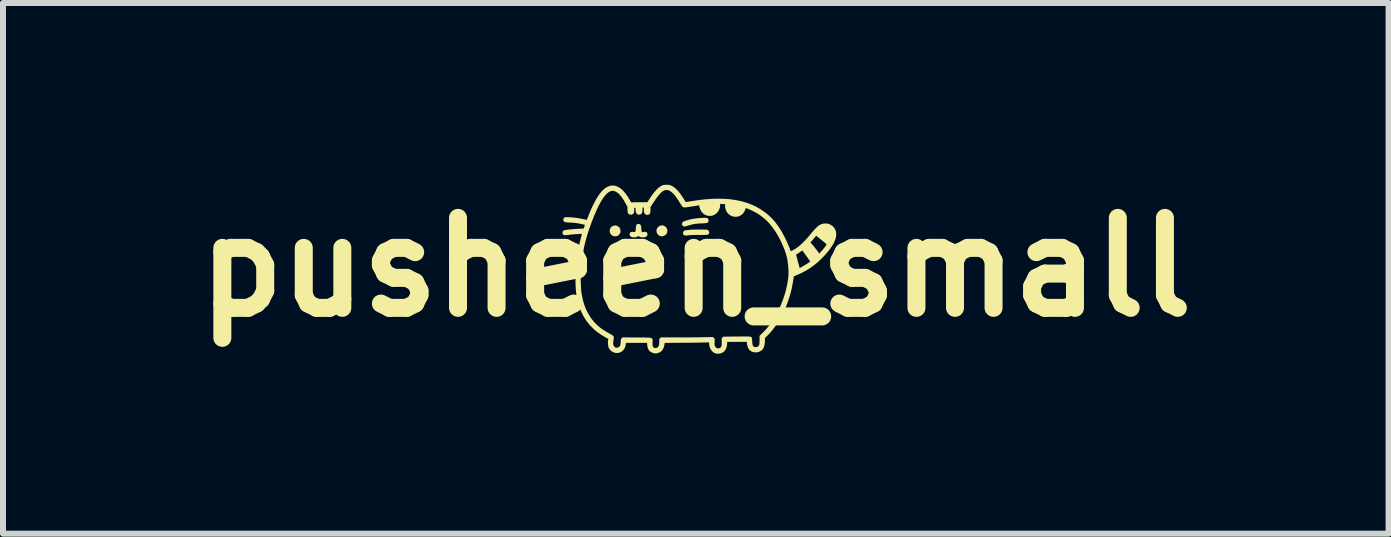
<source format=kicad_pcb>
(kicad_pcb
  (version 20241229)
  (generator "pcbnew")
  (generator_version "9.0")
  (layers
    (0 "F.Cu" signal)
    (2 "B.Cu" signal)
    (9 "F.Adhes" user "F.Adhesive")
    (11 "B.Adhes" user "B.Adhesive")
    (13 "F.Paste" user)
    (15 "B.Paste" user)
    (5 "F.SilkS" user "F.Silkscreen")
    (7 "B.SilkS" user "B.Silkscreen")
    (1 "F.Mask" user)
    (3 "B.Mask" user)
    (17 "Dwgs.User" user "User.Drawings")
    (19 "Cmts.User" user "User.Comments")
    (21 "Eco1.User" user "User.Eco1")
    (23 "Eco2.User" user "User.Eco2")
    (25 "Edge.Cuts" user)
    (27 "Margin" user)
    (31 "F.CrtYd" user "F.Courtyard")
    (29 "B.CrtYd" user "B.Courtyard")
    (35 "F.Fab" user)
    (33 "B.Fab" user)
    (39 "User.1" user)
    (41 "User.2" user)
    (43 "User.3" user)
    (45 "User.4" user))
  (footprint "pusheen_small"
    (layer "F.Cu")
    (at 8.55 1.404)
    (property "Reference" "pusheen_small" (at 0 0 0) (layer "F.SilkS") (effects (font (size 1.5 1.5) (thickness 0.3))))
    (attr board_only exclude_from_pos_files exclude_from_bom)
    (fp_poly (pts (xy -0.534 -0.692) (xy -0.509 -0.677) (xy -0.496 -0.665) (xy -0.481 -0.641) (xy -0.474 -0.616) (xy -0.475 -0.591) (xy -0.482 -0.567) (xy -0.495 -0.546) (xy -0.515 -0.53) (xy -0.539 -0.519) (xy -0.559 -0.515) (xy -0.579 -0.515) (xy -0.595 -0.519) (xy -0.606 -0.524) (xy -0.628 -0.54) (xy -0.645 -0.562) (xy -0.654 -0.587) (xy -0.656 -0.614) (xy -0.653 -0.631) (xy -0.643 -0.651) (xy -0.627 -0.67) (xy -0.608 -0.685) (xy -0.589 -0.694) (xy -0.561 -0.697)) (stroke (width 0) (type solid)) (fill yes) (layer "F.SilkS"))
    (fp_poly (pts (xy -1.312 -0.689) (xy -1.29 -0.677) (xy -1.272 -0.659) (xy -1.265 -0.647) (xy -1.257 -0.624) (xy -1.255 -0.598) (xy -1.258 -0.574) (xy -1.26 -0.571) (xy -1.269 -0.555) (xy -1.284 -0.538) (xy -1.3 -0.525) (xy -1.309 -0.52) (xy -1.328 -0.515) (xy -1.351 -0.514) (xy -1.372 -0.517) (xy -1.382 -0.521) (xy -1.398 -0.531) (xy -1.413 -0.546) (xy -1.426 -0.562) (xy -1.43 -0.571) (xy -1.435 -0.595) (xy -1.434 -0.622) (xy -1.426 -0.646) (xy -1.424 -0.651) (xy -1.407 -0.672) (xy -1.385 -0.686) (xy -1.361 -0.694) (xy -1.336 -0.695)) (stroke (width 0) (type solid)) (fill yes) (layer "F.SilkS"))
    (fp_poly (pts (xy 0.098 -0.627) (xy 0.128 -0.627) (xy 0.151 -0.626) (xy 0.168 -0.626) (xy 0.181 -0.625) (xy 0.189 -0.623) (xy 0.195 -0.622) (xy 0.2 -0.619) (xy 0.203 -0.617) (xy 0.218 -0.602) (xy 0.224 -0.585) (xy 0.222 -0.567) (xy 0.219 -0.559) (xy 0.216 -0.552) (xy 0.211 -0.547) (xy 0.204 -0.543) (xy 0.193 -0.541) (xy 0.178 -0.539) (xy 0.157 -0.538) (xy 0.129 -0.537) (xy 0.094 -0.537) (xy 0.066 -0.537) (xy 0.008 -0.537) (xy -0.043 -0.536) (xy -0.088 -0.534) (xy -0.124 -0.531) (xy -0.153 -0.528) (xy -0.164 -0.526) (xy -0.175 -0.526) (xy -0.188 -0.53) (xy -0.188 -0.53) (xy -0.204 -0.54) (xy -0.211 -0.556) (xy -0.213 -0.569) (xy -0.21 -0.589) (xy -0.199 -0.603) (xy -0.191 -0.608) (xy -0.176 -0.613) (xy -0.152 -0.618) (xy -0.119 -0.621) (xy -0.079 -0.624) (xy -0.031 -0.626) (xy 0.023 -0.627) (xy 0.059 -0.627)) (stroke (width 0) (type solid)) (fill yes) (layer "F.SilkS"))
    (fp_poly (pts (xy 0.166 -0.822) (xy 0.184 -0.82) (xy 0.196 -0.815) (xy 0.204 -0.808) (xy 0.208 -0.801) (xy 0.212 -0.786) (xy 0.212 -0.769) (xy 0.207 -0.753) (xy 0.206 -0.751) (xy 0.2 -0.745) (xy 0.192 -0.74) (xy 0.18 -0.737) (xy 0.163 -0.734) (xy 0.141 -0.732) (xy 0.11 -0.73) (xy 0.09 -0.73) (xy 0.04 -0.727) (xy -0.005 -0.722) (xy -0.048 -0.715) (xy -0.091 -0.704) (xy -0.131 -0.692) (xy -0.156 -0.685) (xy -0.173 -0.68) (xy -0.185 -0.677) (xy -0.193 -0.677) (xy -0.2 -0.678) (xy -0.206 -0.682) (xy -0.208 -0.682) (xy -0.222 -0.695) (xy -0.23 -0.711) (xy -0.23 -0.729) (xy -0.223 -0.746) (xy -0.222 -0.747) (xy -0.216 -0.753) (xy -0.206 -0.76) (xy -0.192 -0.766) (xy -0.172 -0.773) (xy -0.146 -0.781) (xy -0.116 -0.79) (xy -0.066 -0.802) (xy -0.012 -0.811) (xy 0.047 -0.818) (xy 0.112 -0.822) (xy 0.143 -0.823)) (stroke (width 0) (type solid)) (fill yes) (layer "F.SilkS"))
    (fp_poly (pts (xy -0.944 -0.719) (xy -0.93 -0.714) (xy -0.921 -0.704) (xy -0.914 -0.69) (xy -0.91 -0.669) (xy -0.908 -0.641) (xy -0.906 -0.615) (xy -0.902 -0.597) (xy -0.897 -0.587) (xy -0.888 -0.583) (xy -0.876 -0.584) (xy -0.862 -0.589) (xy -0.843 -0.59) (xy -0.826 -0.584) (xy -0.812 -0.572) (xy -0.806 -0.557) (xy -0.806 -0.539) (xy -0.812 -0.522) (xy -0.817 -0.516) (xy -0.833 -0.506) (xy -0.855 -0.499) (xy -0.881 -0.496) (xy -0.906 -0.498) (xy -0.929 -0.504) (xy -0.938 -0.509) (xy -0.954 -0.518) (xy -0.974 -0.508) (xy -0.993 -0.501) (xy -1.017 -0.497) (xy -1.042 -0.497) (xy -1.063 -0.5) (xy -1.068 -0.501) (xy -1.088 -0.513) (xy -1.1 -0.528) (xy -1.104 -0.546) (xy -1.1 -0.566) (xy -1.09 -0.58) (xy -1.073 -0.588) (xy -1.051 -0.589) (xy -1.035 -0.586) (xy -1.019 -0.586) (xy -1.012 -0.59) (xy -1.007 -0.594) (xy -1.004 -0.601) (xy -1.002 -0.613) (xy -1.001 -0.63) (xy -1 -0.644) (xy -0.999 -0.665) (xy -0.996 -0.684) (xy -0.994 -0.697) (xy -0.992 -0.702) (xy -0.981 -0.713) (xy -0.965 -0.72) (xy -0.947 -0.72)) (stroke (width 0) (type solid)) (fill yes) (layer "F.SilkS"))
    (fp_poly (pts (xy -0.465 -1.373) (xy -0.449 -1.372) (xy -0.437 -1.37) (xy -0.425 -1.366) (xy -0.411 -1.36) (xy -0.402 -1.356) (xy -0.375 -1.34) (xy -0.348 -1.321) (xy -0.321 -1.297) (xy -0.294 -1.268) (xy -0.266 -1.233) (xy -0.236 -1.191) (xy -0.203 -1.141) (xy -0.187 -1.115) (xy -0.168 -1.085) (xy -0.074 -1.1) (xy 0.047 -1.118) (xy 0.16 -1.131) (xy 0.267 -1.139) (xy 0.368 -1.142) (xy 0.464 -1.14) (xy 0.556 -1.134) (xy 0.645 -1.122) (xy 0.73 -1.106) (xy 0.764 -1.098) (xy 0.851 -1.073) (xy 0.931 -1.043) (xy 1.007 -1.008) (xy 1.08 -0.965) (xy 1.152 -0.915) (xy 1.155 -0.913) (xy 1.215 -0.865) (xy 1.27 -0.812) (xy 1.322 -0.753) (xy 1.371 -0.688) (xy 1.419 -0.615) (xy 1.451 -0.559) (xy 1.473 -0.518) (xy 1.496 -0.472) (xy 1.519 -0.423) (xy 1.54 -0.374) (xy 1.559 -0.329) (xy 1.565 -0.313) (xy 1.572 -0.294) (xy 1.577 -0.28) (xy 1.581 -0.271) (xy 1.582 -0.269) (xy 1.587 -0.269) (xy 1.598 -0.273) (xy 1.614 -0.281) (xy 1.633 -0.29) (xy 1.652 -0.301) (xy 1.657 -0.304) (xy 1.696 -0.331) (xy 1.736 -0.363) (xy 1.778 -0.401) (xy 1.787 -0.411) (xy 1.911 -0.411) (xy 1.927 -0.394) (xy 1.939 -0.381) (xy 1.955 -0.362) (xy 1.973 -0.34) (xy 1.992 -0.316) (xy 2.01 -0.293) (xy 2.026 -0.273) (xy 2.038 -0.256) (xy 2.042 -0.25) (xy 2.05 -0.238) (xy 2.056 -0.229) (xy 2.058 -0.227) (xy 2.062 -0.23) (xy 2.07 -0.239) (xy 2.082 -0.252) (xy 2.096 -0.269) (xy 2.099 -0.272) (xy 2.127 -0.304) (xy 2.149 -0.331) (xy 2.165 -0.353) (xy 2.175 -0.369) (xy 2.179 -0.38) (xy 2.179 -0.382) (xy 2.175 -0.387) (xy 2.164 -0.396) (xy 2.149 -0.41) (xy 2.129 -0.426) (xy 2.106 -0.445) (xy 2.092 -0.456) (xy 2.007 -0.524) (xy 1.996 -0.51) (xy 1.988 -0.501) (xy 1.976 -0.487) (xy 1.962 -0.47) (xy 1.948 -0.454) (xy 1.911 -0.411) (xy 1.787 -0.411) (xy 1.822 -0.446) (xy 1.869 -0.498) (xy 1.92 -0.558) (xy 1.92 -0.559) (xy 1.955 -0.6) (xy 1.985 -0.633) (xy 2.012 -0.661) (xy 2.036 -0.683) (xy 2.059 -0.699) (xy 2.081 -0.712) (xy 2.103 -0.72) (xy 2.127 -0.726) (xy 2.133 -0.727) (xy 2.173 -0.729) (xy 2.212 -0.722) (xy 2.247 -0.708) (xy 2.279 -0.687) (xy 2.305 -0.659) (xy 2.325 -0.626) (xy 2.336 -0.596) (xy 2.342 -0.557) (xy 2.339 -0.515) (xy 2.328 -0.469) (xy 2.309 -0.42) (xy 2.282 -0.369) (xy 2.246 -0.315) (xy 2.203 -0.259) (xy 2.152 -0.2) (xy 2.109 -0.155) (xy 2.054 -0.102) (xy 2.002 -0.056) (xy 1.948 -0.015) (xy 1.892 0.024) (xy 1.831 0.061) (xy 1.809 0.073) (xy 1.79 0.083) (xy 1.768 0.094) (xy 1.743 0.106) (xy 1.718 0.117) (xy 1.693 0.128) (xy 1.672 0.137) (xy 1.654 0.144) (xy 1.643 0.148) (xy 1.64 0.148) (xy 1.636 0.152) (xy 1.633 0.162) (xy 1.633 0.163) (xy 1.622 0.236) (xy 1.61 0.301) (xy 1.598 0.361) (xy 1.584 0.418) (xy 1.568 0.475) (xy 1.55 0.533) (xy 1.549 0.535) (xy 1.516 0.627) (xy 1.478 0.716) (xy 1.435 0.803) (xy 1.39 0.885) (xy 1.341 0.962) (xy 1.291 1.032) (xy 1.238 1.096) (xy 1.186 1.149) (xy 1.153 1.18) (xy 1.153 1.223) (xy 1.15 1.273) (xy 1.142 1.315) (xy 1.128 1.349) (xy 1.109 1.377) (xy 1.091 1.392) (xy 1.059 1.409) (xy 1.026 1.419) (xy 0.992 1.421) (xy 0.959 1.417) (xy 0.928 1.405) (xy 0.902 1.387) (xy 0.886 1.37) (xy 0.873 1.347) (xy 0.862 1.318) (xy 0.855 1.287) (xy 0.853 1.275) (xy 0.851 1.245) (xy 0.688 1.245) (xy 0.525 1.245) (xy 0.522 1.284) (xy 0.515 1.327) (xy 0.502 1.363) (xy 0.483 1.394) (xy 0.457 1.417) (xy 0.437 1.429) (xy 0.41 1.438) (xy 0.379 1.443) (xy 0.349 1.442) (xy 0.337 1.44) (xy 0.314 1.432) (xy 0.294 1.421) (xy 0.274 1.403) (xy 0.252 1.376) (xy 0.236 1.343) (xy 0.225 1.306) (xy 0.222 1.272) (xy 0.222 1.254) (xy 0.103 1.257) (xy 0.074 1.257) (xy 0.038 1.258) (xy -0.005 1.258) (xy -0.053 1.259) (xy -0.104 1.26) (xy -0.157 1.26) (xy -0.21 1.26) (xy -0.263 1.261) (xy -0.267 1.261) (xy -0.518 1.262) (xy -0.521 1.283) (xy -0.53 1.326) (xy -0.545 1.362) (xy -0.565 1.391) (xy -0.592 1.414) (xy -0.624 1.429) (xy -0.649 1.436) (xy -0.667 1.438) (xy -0.683 1.438) (xy -0.703 1.434) (xy -0.737 1.421) (xy -0.765 1.404) (xy -0.785 1.38) (xy -0.8 1.35) (xy -0.808 1.314) (xy -0.809 1.299) (xy -0.813 1.262) (xy -0.988 1.262) (xy -1.164 1.262) (xy -1.168 1.292) (xy -1.176 1.328) (xy -1.191 1.36) (xy -1.211 1.386) (xy -1.236 1.407) (xy -1.264 1.422) (xy -1.295 1.43) (xy -1.326 1.431) (xy -1.358 1.425) (xy -1.389 1.411) (xy -1.418 1.39) (xy -1.427 1.38) (xy -1.447 1.354) (xy -1.457 1.329) (xy -1.461 1.308) (xy -1.464 1.281) (xy -1.465 1.253) (xy -1.464 1.227) (xy -1.462 1.213) (xy -1.458 1.197) (xy -1.492 1.178) (xy -1.575 1.129) (xy -1.651 1.076) (xy -1.718 1.017) (xy -1.779 0.953) (xy -1.832 0.884) (xy -1.877 0.809) (xy -1.916 0.728) (xy -1.948 0.641) (xy -1.958 0.608) (xy -1.974 0.546) (xy -1.987 0.484) (xy -1.996 0.42) (xy -2.002 0.352) (xy -2.005 0.278) (xy -2.006 0.232) (xy -1.918 0.232) (xy -1.916 0.294) (xy -1.913 0.352) (xy -1.909 0.404) (xy -1.905 0.434) (xy -1.887 0.528) (xy -1.863 0.617) (xy -1.831 0.701) (xy -1.792 0.778) (xy -1.747 0.849) (xy -1.695 0.915) (xy -1.636 0.974) (xy -1.631 0.978) (xy -1.595 1.008) (xy -1.554 1.037) (xy -1.509 1.066) (xy -1.457 1.096) (xy -1.451 1.099) (xy -1.422 1.116) (xy -1.4 1.129) (xy -1.384 1.14) (xy -1.374 1.151) (xy -1.368 1.162) (xy -1.367 1.176) (xy -1.368 1.193) (xy -1.372 1.215) (xy -1.373 1.222) (xy -1.377 1.254) (xy -1.378 1.279) (xy -1.374 1.299) (xy -1.365 1.316) (xy -1.357 1.325) (xy -1.345 1.336) (xy -1.334 1.341) (xy -1.321 1.343) (xy -1.319 1.343) (xy -1.296 1.339) (xy -1.277 1.328) (xy -1.263 1.312) (xy -1.261 1.308) (xy -1.258 1.297) (xy -1.255 1.279) (xy -1.253 1.258) (xy -1.252 1.245) (xy -1.25 1.223) (xy -1.248 1.208) (xy -1.246 1.198) (xy -1.242 1.191) (xy -1.236 1.184) (xy -1.236 1.184) (xy -1.223 1.171) (xy -1.004 1.172) (xy -0.959 1.172) (xy -0.916 1.172) (xy -0.876 1.172) (xy -0.841 1.173) (xy -0.811 1.174) (xy -0.787 1.174) (xy -0.77 1.175) (xy -0.762 1.176) (xy -0.742 1.181) (xy -0.729 1.191) (xy -0.728 1.192) (xy -0.724 1.198) (xy -0.721 1.204) (xy -0.719 1.213) (xy -0.719 1.226) (xy -0.72 1.246) (xy -0.721 1.252) (xy -0.721 1.285) (xy -0.719 1.311) (xy -0.712 1.329) (xy -0.701 1.341) (xy -0.686 1.347) (xy -0.671 1.349) (xy -0.65 1.345) (xy -0.634 1.334) (xy -0.62 1.314) (xy -0.62 1.314) (xy -0.615 1.303) (xy -0.612 1.291) (xy -0.61 1.275) (xy -0.61 1.254) (xy -0.609 1.244) (xy -0.609 1.222) (xy -0.608 1.207) (xy -0.607 1.197) (xy -0.604 1.191) (xy -0.599 1.186) (xy -0.596 1.183) (xy -0.583 1.171) (xy -0.311 1.171) (xy -0.255 1.171) (xy -0.197 1.171) (xy -0.138 1.171) (xy -0.08 1.171) (xy -0.024 1.17) (xy 0.028 1.17) (xy 0.075 1.169) (xy 0.114 1.168) (xy 0.123 1.168) (xy 0.286 1.165) (xy 0.301 1.18) (xy 0.315 1.194) (xy 0.314 1.249) (xy 0.313 1.273) (xy 0.314 1.29) (xy 0.315 1.303) (xy 0.318 1.313) (xy 0.322 1.322) (xy 0.336 1.34) (xy 0.354 1.351) (xy 0.375 1.355) (xy 0.396 1.35) (xy 0.406 1.345) (xy 0.416 1.337) (xy 0.423 1.327) (xy 0.428 1.313) (xy 0.431 1.295) (xy 0.432 1.27) (xy 0.432 1.246) (xy 0.432 1.221) (xy 0.432 1.204) (xy 0.432 1.192) (xy 0.434 1.184) (xy 0.437 1.179) (xy 0.442 1.173) (xy 0.444 1.172) (xy 0.456 1.159) (xy 0.678 1.156) (xy 0.732 1.156) (xy 0.778 1.155) (xy 0.816 1.155) (xy 0.846 1.155) (xy 0.871 1.156) (xy 0.89 1.157) (xy 0.904 1.158) (xy 0.915 1.161) (xy 0.922 1.163) (xy 0.927 1.167) (xy 0.931 1.172) (xy 0.933 1.177) (xy 0.935 1.18) (xy 0.937 1.19) (xy 0.939 1.206) (xy 0.94 1.226) (xy 0.941 1.241) (xy 0.943 1.274) (xy 0.948 1.298) (xy 0.956 1.316) (xy 0.968 1.327) (xy 0.983 1.332) (xy 0.998 1.333) (xy 1.022 1.33) (xy 1.041 1.319) (xy 1.054 1.302) (xy 1.058 1.294) (xy 1.06 1.283) (xy 1.061 1.27) (xy 1.062 1.251) (xy 1.063 1.225) (xy 1.063 1.215) (xy 1.063 1.145) (xy 1.128 1.081) (xy 1.182 1.024) (xy 1.231 0.963) (xy 1.277 0.899) (xy 1.321 0.828) (xy 1.363 0.75) (xy 1.416 0.637) (xy 1.46 0.524) (xy 1.496 0.41) (xy 1.523 0.293) (xy 1.537 0.209) (xy 1.543 0.163) (xy 1.545 0.117) (xy 1.546 0.069) (xy 1.543 0.018) (xy 1.538 -0.038) (xy 1.53 -0.1) (xy 1.524 -0.139) (xy 1.515 -0.178) (xy 1.506 -0.211) (xy 1.672 -0.211) (xy 1.673 -0.206) (xy 1.676 -0.194) (xy 1.681 -0.175) (xy 1.687 -0.152) (xy 1.694 -0.125) (xy 1.701 -0.097) (xy 1.71 -0.067) (xy 1.718 -0.038) (xy 1.725 -0.01) (xy 1.725 -0.01) (xy 1.732 0.014) (xy 1.768 -0.005) (xy 1.786 -0.015) (xy 1.809 -0.029) (xy 1.833 -0.044) (xy 1.856 -0.058) (xy 1.908 -0.093) (xy 1.884 -0.128) (xy 1.872 -0.146) (xy 1.858 -0.166) (xy 1.843 -0.187) (xy 1.827 -0.209) (xy 1.812 -0.23) (xy 1.798 -0.249) (xy 1.787 -0.264) (xy 1.779 -0.274) (xy 1.776 -0.278) (xy 1.776 -0.278) (xy 1.771 -0.275) (xy 1.761 -0.268) (xy 1.747 -0.259) (xy 1.738 -0.252) (xy 1.72 -0.24) (xy 1.704 -0.229) (xy 1.691 -0.221) (xy 1.688 -0.219) (xy 1.678 -0.214) (xy 1.672 -0.211) (xy 1.672 -0.211) (xy 1.506 -0.211) (xy 1.503 -0.222) (xy 1.486 -0.272) (xy 1.466 -0.324) (xy 1.443 -0.379) (xy 1.418 -0.433) (xy 1.391 -0.486) (xy 1.363 -0.535) (xy 1.361 -0.54) (xy 1.316 -0.611) (xy 1.271 -0.674) (xy 1.224 -0.731) (xy 1.175 -0.782) (xy 1.12 -0.829) (xy 1.061 -0.873) (xy 1.033 -0.891) (xy 1.012 -0.904) (xy 0.985 -0.918) (xy 0.955 -0.934) (xy 0.923 -0.949) (xy 0.894 -0.963) (xy 0.868 -0.973) (xy 0.86 -0.976) (xy 0.834 -0.986) (xy 0.828 -0.969) (xy 0.811 -0.929) (xy 0.788 -0.896) (xy 0.759 -0.87) (xy 0.725 -0.851) (xy 0.706 -0.845) (xy 0.67 -0.839) (xy 0.633 -0.842) (xy 0.598 -0.852) (xy 0.565 -0.87) (xy 0.537 -0.894) (xy 0.515 -0.923) (xy 0.508 -0.936) (xy 0.499 -0.958) (xy 0.493 -0.983) (xy 0.488 -1.008) (xy 0.488 -1.028) (xy 0.488 -1.036) (xy 0.491 -1.051) (xy 0.471 -1.051) (xy 0.453 -1.052) (xy 0.433 -1.053) (xy 0.429 -1.054) (xy 0.407 -1.057) (xy 0.407 -1.041) (xy 0.403 -1) (xy 0.391 -0.962) (xy 0.371 -0.927) (xy 0.345 -0.898) (xy 0.313 -0.875) (xy 0.301 -0.869) (xy 0.283 -0.861) (xy 0.269 -0.857) (xy 0.252 -0.855) (xy 0.234 -0.855) (xy 0.196 -0.858) (xy 0.164 -0.868) (xy 0.134 -0.886) (xy 0.118 -0.899) (xy 0.094 -0.927) (xy 0.075 -0.96) (xy 0.063 -0.995) (xy 0.061 -1.005) (xy 0.058 -1.03) (xy 0.042 -1.029) (xy 0.032 -1.027) (xy 0.015 -1.025) (xy -0.007 -1.021) (xy -0.034 -1.017) (xy -0.064 -1.012) (xy -0.071 -1.011) (xy -0.11 -1.005) (xy -0.141 -1) (xy -0.165 -0.998) (xy -0.183 -0.996) (xy -0.197 -0.996) (xy -0.207 -0.998) (xy -0.214 -1.001) (xy -0.216 -1.002) (xy -0.222 -1.008) (xy -0.231 -1.021) (xy -0.243 -1.038) (xy -0.257 -1.059) (xy -0.265 -1.073) (xy -0.294 -1.118) (xy -0.32 -1.156) (xy -0.343 -1.188) (xy -0.365 -1.214) (xy -0.387 -1.236) (xy -0.39 -1.239) (xy -0.417 -1.262) (xy -0.442 -1.277) (xy -0.466 -1.285) (xy -0.488 -1.287) (xy -0.509 -1.285) (xy -0.531 -1.277) (xy -0.554 -1.264) (xy -0.578 -1.244) (xy -0.603 -1.218) (xy -0.631 -1.184) (xy -0.661 -1.144) (xy -0.694 -1.095) (xy -0.695 -1.093) (xy -0.755 -1.003) (xy -0.755 -0.957) (xy -0.756 -0.929) (xy -0.759 -0.908) (xy -0.764 -0.893) (xy -0.774 -0.883) (xy -0.785 -0.877) (xy -0.804 -0.871) (xy -0.82 -0.872) (xy -0.834 -0.878) (xy -0.848 -0.888) (xy -0.858 -0.902) (xy -0.863 -0.921) (xy -0.866 -0.947) (xy -0.866 -0.955) (xy -0.866 -0.974) (xy -0.867 -0.986) (xy -0.868 -0.993) (xy -0.872 -0.995) (xy -0.877 -0.995) (xy -0.877 -0.995) (xy -0.883 -0.995) (xy -0.887 -0.993) (xy -0.888 -0.986) (xy -0.889 -0.974) (xy -0.889 -0.958) (xy -0.891 -0.927) (xy -0.897 -0.904) (xy -0.909 -0.888) (xy -0.925 -0.878) (xy -0.947 -0.875) (xy -0.949 -0.875) (xy -0.97 -0.879) (xy -0.986 -0.891) (xy -0.997 -0.911) (xy -1.003 -0.938) (xy -1.005 -0.964) (xy -1.005 -0.979) (xy -1.006 -0.987) (xy -1.01 -0.99) (xy -1.016 -0.991) (xy -1.022 -0.99) (xy -1.025 -0.988) (xy -1.027 -0.983) (xy -1.028 -0.971) (xy -1.028 -0.953) (xy -1.028 -0.949) (xy -1.028 -0.929) (xy -1.029 -0.915) (xy -1.031 -0.907) (xy -1.035 -0.9) (xy -1.042 -0.892) (xy -1.044 -0.891) (xy -1.055 -0.881) (xy -1.066 -0.875) (xy -1.07 -0.875) (xy -1.094 -0.876) (xy -1.113 -0.882) (xy -1.126 -0.893) (xy -1.134 -0.912) (xy -1.138 -0.938) (xy -1.139 -0.962) (xy -1.139 -1.003) (xy -1.167 -1.056) (xy -1.197 -1.109) (xy -1.226 -1.154) (xy -1.254 -1.191) (xy -1.282 -1.221) (xy -1.309 -1.244) (xy -1.338 -1.261) (xy -1.345 -1.264) (xy -1.373 -1.273) (xy -1.402 -1.272) (xy -1.432 -1.262) (xy -1.462 -1.244) (xy -1.493 -1.216) (xy -1.524 -1.18) (xy -1.557 -1.134) (xy -1.589 -1.08) (xy -1.623 -1.017) (xy -1.657 -0.944) (xy -1.692 -0.862) (xy -1.728 -0.771) (xy -1.74 -0.74) (xy -1.777 -0.637) (xy -1.809 -0.539) (xy -1.835 -0.446) (xy -1.858 -0.354) (xy -1.876 -0.262) (xy -1.891 -0.169) (xy -1.903 -0.072) (xy -1.908 -0.028) (xy -1.912 0.035) (xy -1.916 0.101) (xy -1.917 0.167) (xy -1.918 0.232) (xy -2.006 0.232) (xy -2.006 0.215) (xy -2.002 0.057) (xy -1.989 -0.098) (xy -1.968 -0.249) (xy -1.939 -0.397) (xy -1.914 -0.494) (xy -1.908 -0.516) (xy -1.904 -0.534) (xy -1.901 -0.548) (xy -1.9 -0.554) (xy -1.9 -0.554) (xy -1.905 -0.555) (xy -1.918 -0.555) (xy -1.938 -0.554) (xy -1.961 -0.552) (xy -1.988 -0.551) (xy -2.017 -0.549) (xy -2.045 -0.546) (xy -2.072 -0.544) (xy -2.096 -0.542) (xy -2.116 -0.539) (xy -2.117 -0.539) (xy -2.14 -0.536) (xy -2.16 -0.534) (xy -2.176 -0.533) (xy -2.184 -0.532) (xy -2.202 -0.537) (xy -2.215 -0.548) (xy -2.222 -0.564) (xy -2.222 -0.573) (xy -2.219 -0.593) (xy -2.208 -0.608) (xy -2.193 -0.615) (xy -2.179 -0.619) (xy -2.156 -0.622) (xy -2.127 -0.626) (xy -2.092 -0.63) (xy -2.054 -0.633) (xy -2.013 -0.636) (xy -1.971 -0.639) (xy -1.963 -0.639) (xy -1.935 -0.641) (xy -1.91 -0.642) (xy -1.889 -0.643) (xy -1.875 -0.644) (xy -1.868 -0.645) (xy -1.868 -0.645) (xy -1.865 -0.652) (xy -1.861 -0.664) (xy -1.857 -0.678) (xy -1.853 -0.691) (xy -1.851 -0.701) (xy -1.851 -0.705) (xy -1.858 -0.708) (xy -1.873 -0.712) (xy -1.893 -0.716) (xy -1.916 -0.721) (xy -1.94 -0.726) (xy -1.964 -0.73) (xy -1.985 -0.734) (xy -1.986 -0.734) (xy -2.01 -0.737) (xy -2.04 -0.74) (xy -2.071 -0.742) (xy -2.1 -0.744) (xy -2.132 -0.745) (xy -2.157 -0.747) (xy -2.175 -0.75) (xy -2.188 -0.754) (xy -2.196 -0.76) (xy -2.202 -0.765) (xy -2.208 -0.781) (xy -2.208 -0.8) (xy -2.202 -0.816) (xy -2.197 -0.822) (xy -2.191 -0.827) (xy -2.185 -0.831) (xy -2.175 -0.832) (xy -2.161 -0.833) (xy -2.14 -0.833) (xy -2.091 -0.832) (xy -2.036 -0.827) (xy -1.978 -0.82) (xy -1.92 -0.81) (xy -1.864 -0.799) (xy -1.854 -0.797) (xy -1.837 -0.793) (xy -1.824 -0.79) (xy -1.817 -0.789) (xy -1.817 -0.789) (xy -1.815 -0.793) (xy -1.811 -0.804) (xy -1.804 -0.821) (xy -1.796 -0.842) (xy -1.794 -0.847) (xy -1.761 -0.93) (xy -1.726 -1.007) (xy -1.692 -1.076) (xy -1.657 -1.139) (xy -1.623 -1.194) (xy -1.589 -1.24) (xy -1.556 -1.278) (xy -1.553 -1.281) (xy -1.514 -1.315) (xy -1.474 -1.339) (xy -1.434 -1.355) (xy -1.394 -1.361) (xy -1.353 -1.358) (xy -1.33 -1.353) (xy -1.29 -1.336) (xy -1.251 -1.311) (xy -1.212 -1.276) (xy -1.175 -1.233) (xy -1.138 -1.181) (xy -1.103 -1.123) (xy -1.08 -1.081) (xy -1.059 -1.081) (xy -1.048 -1.081) (xy -1.03 -1.082) (xy -1.005 -1.082) (xy -0.976 -1.082) (xy -0.944 -1.082) (xy -0.922 -1.082) (xy -0.807 -1.083) (xy -0.775 -1.133) (xy -0.734 -1.194) (xy -0.695 -1.246) (xy -0.658 -1.289) (xy -0.622 -1.323) (xy -0.588 -1.348) (xy -0.572 -1.357) (xy -0.557 -1.364) (xy -0.545 -1.368) (xy -0.533 -1.371) (xy -0.519 -1.372) (xy -0.5 -1.373) (xy -0.488 -1.373)) (stroke (width 0) (type solid)) (fill yes) (layer "F.SilkS")))
  (gr_rect
    (start -3 -3)
    (end 20.1 5.847)
    (stroke (width 0.1) (type default))
    (fill no)
    (layer "Edge.Cuts")))
</source>
